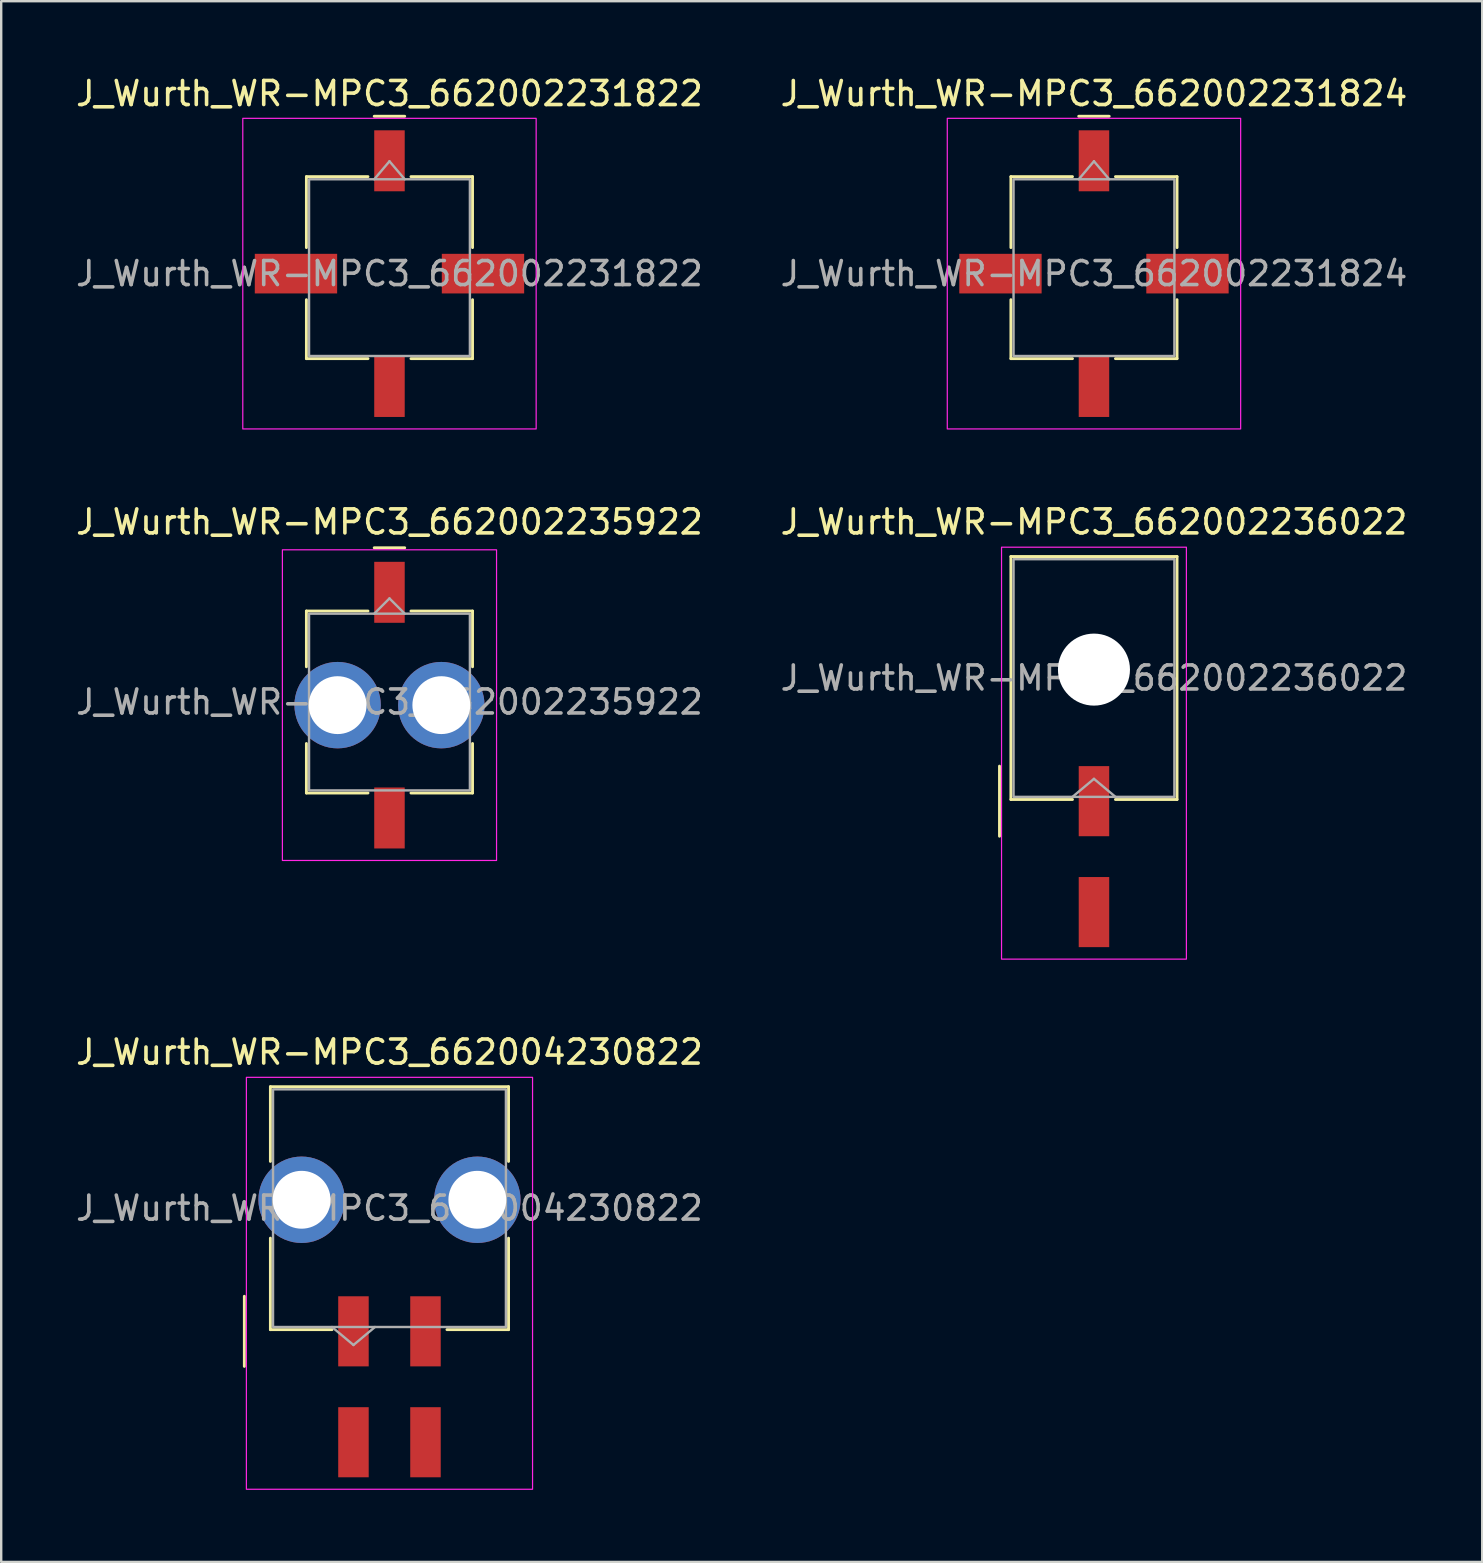
<source format=kicad_pcb>
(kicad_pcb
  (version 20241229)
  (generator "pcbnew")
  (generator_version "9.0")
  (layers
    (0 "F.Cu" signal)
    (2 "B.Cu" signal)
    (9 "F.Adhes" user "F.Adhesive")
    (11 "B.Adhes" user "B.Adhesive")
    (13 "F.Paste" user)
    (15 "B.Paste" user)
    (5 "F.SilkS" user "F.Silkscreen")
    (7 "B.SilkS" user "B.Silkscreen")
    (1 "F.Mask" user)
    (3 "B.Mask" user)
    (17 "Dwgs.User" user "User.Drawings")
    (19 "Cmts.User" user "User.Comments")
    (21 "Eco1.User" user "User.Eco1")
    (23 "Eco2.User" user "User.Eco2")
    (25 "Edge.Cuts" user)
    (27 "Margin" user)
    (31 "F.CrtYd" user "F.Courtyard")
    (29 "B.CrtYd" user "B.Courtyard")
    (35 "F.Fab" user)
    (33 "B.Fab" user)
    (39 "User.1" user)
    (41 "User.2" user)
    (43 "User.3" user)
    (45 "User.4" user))
  (footprint "J_Wurth_WR-MPC3_662002235922"
    (layer "F.Cu")
    (at 13.173 26.192)
    (property "Reference" "J_Wurth_WR-MPC3_662002235922" (at 0 -7.5 0) (unlocked yes) (layer "F.SilkS") (effects (font (size 1 1) (thickness 0.15))))
    (attr smd)
    (fp_line (start -3.46 -3.79) (end -3.46 -1.468) (stroke (width 0.12) (type default)) (layer "F.SilkS"))
    (fp_line (start -3.46 1.728) (end -3.46 3.79) (stroke (width 0.12) (type default)) (layer "F.SilkS"))
    (fp_line (start -0.895 -3.79) (end -3.46 -3.79) (stroke (width 0.12) (type solid)) (layer "F.SilkS"))
    (fp_line (start -0.895 3.79) (end -3.46 3.79) (stroke (width 0.12) (type solid)) (layer "F.SilkS"))
    (fp_line (start -0.635 -6.425) (end 0.635 -6.425) (stroke (width 0.12) (type solid)) (layer "F.SilkS"))
    (fp_line (start 3.46 -3.79) (end 0.895 -3.79) (stroke (width 0.12) (type solid)) (layer "F.SilkS"))
    (fp_line (start 3.46 -3.79) (end 3.46 -1.468) (stroke (width 0.12) (type default)) (layer "F.SilkS"))
    (fp_line (start 3.46 1.728) (end 3.46 3.79) (stroke (width 0.12) (type default)) (layer "F.SilkS"))
    (fp_line (start 3.46 3.79) (end 0.895 3.79) (stroke (width 0.12) (type solid)) (layer "F.SilkS"))
    (fp_rect (start -4.46 -6.34) (end 4.46 6.6) (stroke (width 0.05) (type solid)) (fill no) (layer "F.CrtYd"))
    (fp_line (start 0 -4.315) (end -0.635 -3.68) (stroke (width 0.1) (type default)) (layer "F.Fab"))
    (fp_line (start 0.635 -3.68) (end 0 -4.315) (stroke (width 0.1) (type default)) (layer "F.Fab"))
    (fp_rect (start -3.35 -3.68) (end 3.35 3.68) (stroke (width 0.1) (type solid)) (fill no) (layer "F.Fab"))
    (fp_text user "${REFERENCE}" (at 0 0 0) (unlocked yes) (layer "F.Fab") (effects (font (size 1 1) (thickness 0.15))))
    (pad "1" smd rect (at 0 -4.57 180) (size 1.27 2.54) (layers "F.Cu" "F.Mask" "F.Paste"))
    (pad "2" smd rect (at 0 4.83 180) (size 1.27 2.54) (layers "F.Cu" "F.Mask" "F.Paste"))
    (pad "MH1" thru_hole circle (at 2.16 0.13 180) (size 3.6 3.6) (drill 2.41) (layers "*.Cu" "*.Mask"))
    (pad "MH2" thru_hole circle (at -2.16 0.13 180) (size 3.6 3.6) (drill 2.41) (layers "*.Cu" "*.Mask")))
  (footprint "J_Wurth_WR-MPC3_662004230822"
    (layer "F.Cu")
    (at 13.173 47.275)
    (property "Reference" "J_Wurth_WR-MPC3_662004230822" (at 0 -6.5 0) (unlocked yes) (layer "F.SilkS") (effects (font (size 1 1) (thickness 0.15))))
    (attr smd)
    (fp_line (start -6.045 6.59) (end -6.045 3.67) (stroke (width 0.12) (type solid)) (layer "F.SilkS"))
    (fp_line (start -4.96 -5.06) (end 4.96 -5.06) (stroke (width 0.12) (type solid)) (layer "F.SilkS"))
    (fp_line (start -4.96 -1.948) (end -4.96 -5.06) (stroke (width 0.12) (type solid)) (layer "F.SilkS"))
    (fp_line (start -4.96 1.248) (end -4.96 5.06) (stroke (width 0.12) (type solid)) (layer "F.SilkS"))
    (fp_line (start -2.395 5.06) (end -4.96 5.06) (stroke (width 0.12) (type solid)) (layer "F.SilkS"))
    (fp_line (start 2.395 5.06) (end 4.96 5.06) (stroke (width 0.12) (type solid)) (layer "F.SilkS"))
    (fp_line (start 4.96 -1.948) (end 4.96 -5.06) (stroke (width 0.12) (type solid)) (layer "F.SilkS"))
    (fp_line (start 4.96 1.248) (end 4.96 5.06) (stroke (width 0.12) (type solid)) (layer "F.SilkS"))
    (fp_rect (start -5.96 -5.45) (end 5.96 11.71) (stroke (width 0.05) (type solid)) (fill no) (layer "F.CrtYd"))
    (fp_line (start -1.5 5.7) (end -2.395 4.95) (stroke (width 0.1) (type solid)) (layer "F.Fab"))
    (fp_line (start -1.5 5.7) (end -0.605 4.95) (stroke (width 0.1) (type solid)) (layer "F.Fab"))
    (fp_rect (start -4.85 -4.95) (end 4.85 4.95) (stroke (width 0.1) (type solid)) (fill no) (layer "F.Fab"))
    (fp_text user "${REFERENCE}" (at 0 0 0) (unlocked yes) (layer "F.Fab") (effects (font (size 1 1) (thickness 0.15))))
    (pad "1" smd rect (at -1.5 5.13 270) (size 2.92 1.27) (layers "F.Cu" "F.Mask" "F.Paste"))
    (pad "2" smd rect (at 1.5 5.13 270) (size 2.92 1.27) (layers "F.Cu" "F.Mask" "F.Paste"))
    (pad "3" smd rect (at -1.5 9.75 270) (size 2.92 1.27) (layers "F.Cu" "F.Mask" "F.Paste"))
    (pad "4" smd rect (at 1.5 9.75 270) (size 2.92 1.27) (layers "F.Cu" "F.Mask" "F.Paste"))
    (pad "Z1" thru_hole circle (at 3.66 -0.35 180) (size 3.6 3.6) (drill 2.41) (layers "*.Cu" "*.Mask"))
    (pad "Z2" thru_hole circle (at -3.66 -0.35 180) (size 3.6 3.6) (drill 2.41) (layers "*.Cu" "*.Mask")))
  (footprint "J_Wurth_WR-MPC3_662002231824"
    (layer "F.Cu")
    (at 42.518 8.348)
    (property "Reference" "J_Wurth_WR-MPC3_662002231824" (at 0 -7.5 0) (unlocked yes) (layer "F.SilkS") (effects (font (size 1 1) (thickness 0.15))))
    (attr smd)
    (fp_line (start -3.46 -4.04) (end -0.895 -4.04) (stroke (width 0.12) (type solid)) (layer "F.SilkS"))
    (fp_line (start -3.46 -1.085) (end -3.46 -4.04) (stroke (width 0.12) (type solid)) (layer "F.SilkS"))
    (fp_line (start -3.46 3.54) (end -3.46 1.085) (stroke (width 0.12) (type solid)) (layer "F.SilkS"))
    (fp_line (start -3.46 3.54) (end -0.895 3.54) (stroke (width 0.12) (type solid)) (layer "F.SilkS"))
    (fp_line (start -0.635 -6.555) (end 0.635 -6.555) (stroke (width 0.12) (type solid)) (layer "F.SilkS"))
    (fp_line (start 0.895 -4.04) (end 3.46 -4.04) (stroke (width 0.12) (type solid)) (layer "F.SilkS"))
    (fp_line (start 0.895 3.54) (end 3.46 3.54) (stroke (width 0.12) (type solid)) (layer "F.SilkS"))
    (fp_line (start 3.46 -1.085) (end 3.46 -4.04) (stroke (width 0.12) (type solid)) (layer "F.SilkS"))
    (fp_line (start 3.46 3.54) (end 3.46 1.085) (stroke (width 0.12) (type solid)) (layer "F.SilkS"))
    (fp_rect (start -6.11 -6.47) (end 6.11 6.47) (stroke (width 0.05) (type solid)) (fill no) (layer "F.CrtYd"))
    (fp_line (start 0 -4.68) (end -0.635 -3.93) (stroke (width 0.1) (type solid)) (layer "F.Fab"))
    (fp_line (start 0 -4.68) (end 0.635 -3.93) (stroke (width 0.1) (type solid)) (layer "F.Fab"))
    (fp_rect (start -3.35 -3.93) (end 3.35 3.43) (stroke (width 0.1) (type solid)) (fill no) (layer "F.Fab"))
    (fp_text user "${REFERENCE}" (at 0 0 0) (unlocked yes) (layer "F.Fab") (effects (font (size 1 1) (thickness 0.15))))
    (pad "1" smd rect (at 0 -4.7 180) (size 1.27 2.54) (layers "F.Cu" "F.Mask" "F.Paste"))
    (pad "2" smd rect (at 0 4.7 180) (size 1.27 2.54) (layers "F.Cu" "F.Mask" "F.Paste"))
    (pad "MP1" smd rect (at 3.895 0 180) (size 3.43 1.65) (layers "F.Cu" "F.Mask" "F.Paste"))
    (pad "MP2" smd rect (at -3.895 0 180) (size 3.43 1.65) (layers "F.Cu" "F.Mask" "F.Paste")))
  (footprint "J_Wurth_WR-MPC3_662002231822"
    (layer "F.Cu")
    (at 13.173 8.348)
    (property "Reference" "J_Wurth_WR-MPC3_662002231822" (at 0 -7.5 0) (unlocked yes) (layer "F.SilkS") (effects (font (size 1 1) (thickness 0.15))))
    (attr smd)
    (fp_line (start -3.46 -4.04) (end -0.895 -4.04) (stroke (width 0.12) (type solid)) (layer "F.SilkS"))
    (fp_line (start -3.46 -1.085) (end -3.46 -4.04) (stroke (width 0.12) (type solid)) (layer "F.SilkS"))
    (fp_line (start -3.46 3.54) (end -3.46 1.085) (stroke (width 0.12) (type solid)) (layer "F.SilkS"))
    (fp_line (start -3.46 3.54) (end -0.895 3.54) (stroke (width 0.12) (type solid)) (layer "F.SilkS"))
    (fp_line (start -0.635 -6.555) (end 0.635 -6.555) (stroke (width 0.12) (type solid)) (layer "F.SilkS"))
    (fp_line (start 0.895 -4.04) (end 3.46 -4.04) (stroke (width 0.12) (type solid)) (layer "F.SilkS"))
    (fp_line (start 0.895 3.54) (end 3.46 3.54) (stroke (width 0.12) (type solid)) (layer "F.SilkS"))
    (fp_line (start 3.46 -1.085) (end 3.46 -4.04) (stroke (width 0.12) (type solid)) (layer "F.SilkS"))
    (fp_line (start 3.46 3.54) (end 3.46 1.085) (stroke (width 0.12) (type solid)) (layer "F.SilkS"))
    (fp_rect (start -6.11 -6.47) (end 6.11 6.47) (stroke (width 0.05) (type solid)) (fill no) (layer "F.CrtYd"))
    (fp_line (start 0 -4.68) (end -0.635 -3.93) (stroke (width 0.1) (type solid)) (layer "F.Fab"))
    (fp_line (start 0 -4.68) (end 0.635 -3.93) (stroke (width 0.1) (type solid)) (layer "F.Fab"))
    (fp_rect (start -3.35 -3.93) (end 3.35 3.43) (stroke (width 0.1) (type solid)) (fill no) (layer "F.Fab"))
    (fp_text user "${REFERENCE}" (at 0 0 0) (unlocked yes) (layer "F.Fab") (effects (font (size 1 1) (thickness 0.15))))
    (pad "1" smd rect (at 0 -4.7 180) (size 1.27 2.54) (layers "F.Cu" "F.Mask" "F.Paste"))
    (pad "2" smd rect (at 0 4.7 180) (size 1.27 2.54) (layers "F.Cu" "F.Mask" "F.Paste"))
    (pad "MP1" smd rect (at 3.895 0 180) (size 3.43 1.65) (layers "F.Cu" "F.Mask" "F.Paste"))
    (pad "MP2" smd rect (at -3.895 0 180) (size 3.43 1.65) (layers "F.Cu" "F.Mask" "F.Paste")))
  (footprint "J_Wurth_WR-MPC3_662002236022"
    (layer "F.Cu")
    (at 42.518 25.192)
    (property "Reference" "J_Wurth_WR-MPC3_662002236022" (at 0 -6.5 0) (unlocked yes) (layer "F.SilkS") (effects (font (size 1 1) (thickness 0.15))))
    (attr smd)
    (fp_line (start -3.935 3.67) (end -3.935 6.59) (stroke (width 0.12) (type solid)) (layer "F.SilkS"))
    (fp_line (start -3.46 -5.06) (end 3.46 -5.06) (stroke (width 0.12) (type default)) (layer "F.SilkS"))
    (fp_line (start -3.46 5.06) (end -3.46 -5.06) (stroke (width 0.12) (type default)) (layer "F.SilkS"))
    (fp_line (start -0.895 5.06) (end -3.46 5.06) (stroke (width 0.12) (type solid)) (layer "F.SilkS"))
    (fp_line (start 3.46 -5.06) (end 3.46 5.06) (stroke (width 0.12) (type default)) (layer "F.SilkS"))
    (fp_line (start 3.46 5.06) (end 0.895 5.06) (stroke (width 0.12) (type solid)) (layer "F.SilkS"))
    (fp_rect (start -3.85 -5.45) (end 3.85 11.71) (stroke (width 0.05) (type solid)) (fill no) (layer "F.CrtYd"))
    (fp_line (start 0 4.2) (end -0.895 4.95) (stroke (width 0.1) (type solid)) (layer "F.Fab"))
    (fp_line (start 0 4.2) (end 0.895 4.95) (stroke (width 0.1) (type solid)) (layer "F.Fab"))
    (fp_rect (start -3.35 -4.95) (end 3.35 4.95) (stroke (width 0.1) (type solid)) (fill no) (layer "F.Fab"))
    (fp_text user "${REFERENCE}" (at 0 0 0) (unlocked yes) (layer "F.Fab") (effects (font (size 1 1) (thickness 0.15))))
    (pad "" np_thru_hole circle (at 0 -0.35 180) (size 3 3) (drill 3) (layers "*.Cu" "*.Mask"))
    (pad "1" smd rect (at 0 5.13 180) (size 1.27 2.92) (layers "F.Cu" "F.Mask" "F.Paste"))
    (pad "2" smd rect (at 0 9.75 180) (size 1.27 2.92) (layers "F.Cu" "F.Mask" "F.Paste")))
  (gr_rect
    (start -3 -3)
    (end 58.69 62.01)
    (stroke (width 0.1) (type default))
    (fill no)
    (layer "Edge.Cuts")))
</source>
